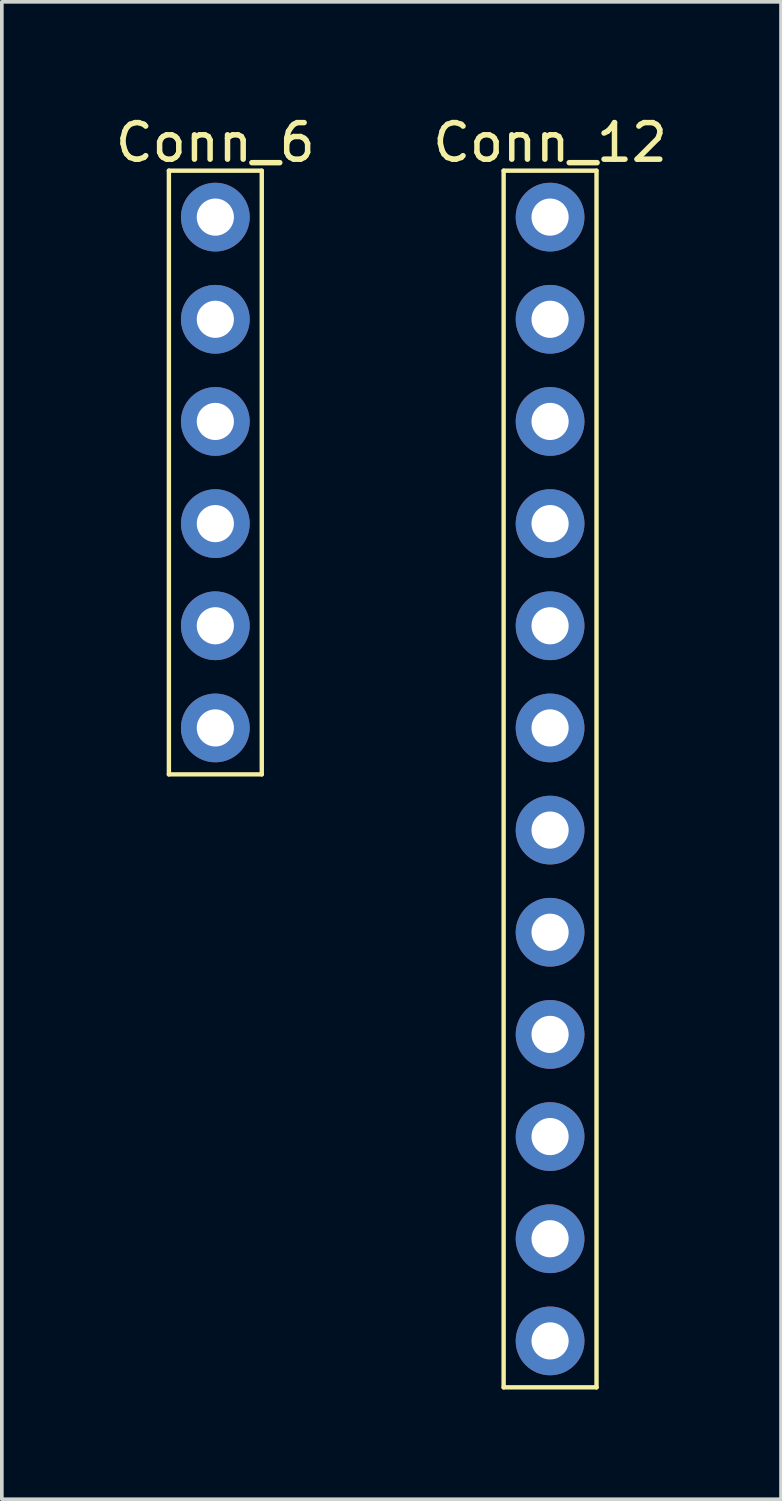
<source format=kicad_pcb>
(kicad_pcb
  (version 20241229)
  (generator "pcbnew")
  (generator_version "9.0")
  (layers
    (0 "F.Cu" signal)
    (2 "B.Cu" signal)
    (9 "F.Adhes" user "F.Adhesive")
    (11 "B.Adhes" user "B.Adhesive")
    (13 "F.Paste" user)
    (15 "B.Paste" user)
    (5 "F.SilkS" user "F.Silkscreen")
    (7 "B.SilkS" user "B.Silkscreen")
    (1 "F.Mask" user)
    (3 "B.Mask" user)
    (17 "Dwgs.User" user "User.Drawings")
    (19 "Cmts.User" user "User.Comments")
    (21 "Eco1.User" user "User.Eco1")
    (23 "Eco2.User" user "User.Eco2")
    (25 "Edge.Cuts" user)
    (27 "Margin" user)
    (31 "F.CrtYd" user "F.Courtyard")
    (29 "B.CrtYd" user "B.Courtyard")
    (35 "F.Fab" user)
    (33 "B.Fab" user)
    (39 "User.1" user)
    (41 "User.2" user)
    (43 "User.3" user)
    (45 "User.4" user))
  (footprint "Conn_12"
    (layer "F.Cu")
    (at 11.994 0.348)
    (property "Reference" "Conn_12" (at 0 0.5 0) (layer "F.SilkS") (effects (font (size 1 1) (thickness 0.15))))
    (attr through_hole)
    (fp_line (start -1.27 1.27) (end -1.27 34.544) (stroke (width 0.12) (type solid)) (layer "F.SilkS"))
    (fp_line (start -1.27 34.544) (end 1.27 34.544) (stroke (width 0.12) (type solid)) (layer "F.SilkS"))
    (fp_line (start 1.27 1.27) (end -1.27 1.27) (stroke (width 0.12) (type solid)) (layer "F.SilkS"))
    (fp_line (start 1.27 34.544) (end 1.27 1.27) (stroke (width 0.12) (type solid)) (layer "F.SilkS"))
    (pad "1" thru_hole circle (at 0 2.54) (size 1.88 1.88) (drill 1.016) (layers "*.Cu" "*.Mask"))
    (pad "2" thru_hole circle (at 0 5.334) (size 1.88 1.88) (drill 1.016) (layers "*.Cu" "*.Mask"))
    (pad "3" thru_hole circle (at 0 8.128) (size 1.88 1.88) (drill 1.016) (layers "*.Cu" "*.Mask"))
    (pad "4" thru_hole circle (at 0 10.922) (size 1.88 1.88) (drill 1.016) (layers "*.Cu" "*.Mask"))
    (pad "5" thru_hole circle (at 0 13.716) (size 1.88 1.88) (drill 1.016) (layers "*.Cu" "*.Mask"))
    (pad "6" thru_hole circle (at 0 16.51) (size 1.88 1.88) (drill 1.016) (layers "*.Cu" "*.Mask"))
    (pad "7" thru_hole circle (at 0 19.304) (size 1.88 1.88) (drill 1.016) (layers "*.Cu" "*.Mask"))
    (pad "8" thru_hole circle (at 0 22.098) (size 1.88 1.88) (drill 1.016) (layers "*.Cu" "*.Mask"))
    (pad "9" thru_hole circle (at 0 24.892) (size 1.88 1.88) (drill 1.016) (layers "*.Cu" "*.Mask"))
    (pad "10" thru_hole circle (at 0 27.686) (size 1.88 1.88) (drill 1.016) (layers "*.Cu" "*.Mask"))
    (pad "11" thru_hole circle (at 0 30.48) (size 1.88 1.88) (drill 1.016) (layers "*.Cu" "*.Mask"))
    (pad "12" thru_hole circle (at 0 33.274) (size 1.88 1.88) (drill 1.016) (layers "*.Cu" "*.Mask")))
  (footprint "Conn_6"
    (layer "F.Cu")
    (at 2.839 0.348)
    (property "Reference" "Conn_6" (at 0 0.5 0) (layer "F.SilkS") (effects (font (size 1 1) (thickness 0.15))))
    (attr through_hole)
    (fp_line (start -1.27 1.27) (end -1.27 17.78) (stroke (width 0.12) (type solid)) (layer "F.SilkS"))
    (fp_line (start -1.27 17.78) (end 1.27 17.78) (stroke (width 0.12) (type solid)) (layer "F.SilkS"))
    (fp_line (start 1.27 1.27) (end -1.27 1.27) (stroke (width 0.12) (type solid)) (layer "F.SilkS"))
    (fp_line (start 1.27 17.78) (end 1.27 1.27) (stroke (width 0.12) (type solid)) (layer "F.SilkS"))
    (pad "1" thru_hole circle (at 0 2.54) (size 1.88 1.88) (drill 1.016) (layers "*.Cu" "*.Mask"))
    (pad "2" thru_hole circle (at 0 5.334) (size 1.88 1.88) (drill 1.016) (layers "*.Cu" "*.Mask"))
    (pad "3" thru_hole circle (at 0 8.128) (size 1.88 1.88) (drill 1.016) (layers "*.Cu" "*.Mask"))
    (pad "4" thru_hole circle (at 0 10.922) (size 1.88 1.88) (drill 1.016) (layers "*.Cu" "*.Mask"))
    (pad "5" thru_hole circle (at 0 13.716) (size 1.88 1.88) (drill 1.016) (layers "*.Cu" "*.Mask"))
    (pad "6" thru_hole circle (at 0 16.51) (size 1.88 1.88) (drill 1.016) (layers "*.Cu" "*.Mask")))
  (gr_rect
    (start -3 -3)
    (end 18.31 37.952)
    (stroke (width 0.1) (type default))
    (fill no)
    (layer "Edge.Cuts")))
</source>
